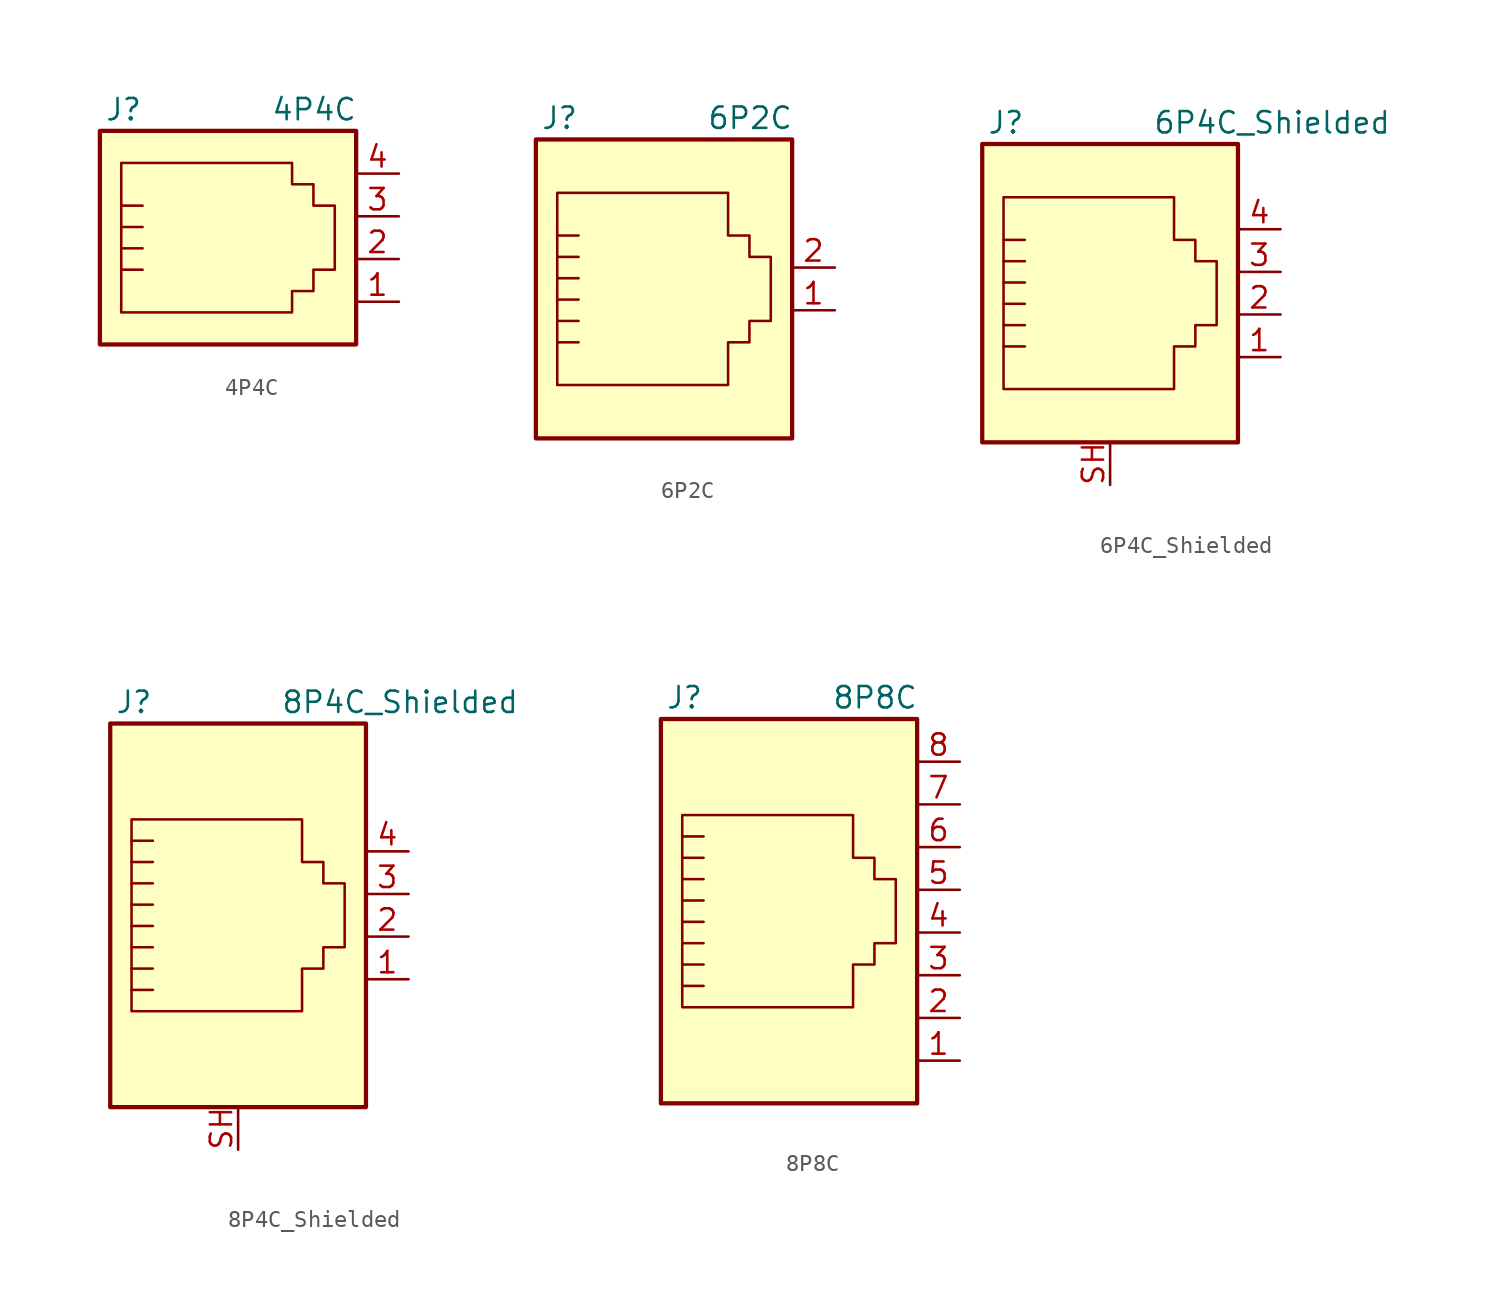
<source format=kicad_sym>
(kicad_symbol_lib
  (version 20211014)
  (generator kicad_symbol_editor)
  (symbol "4P4C"
    (pin_names
      (offset 1.016))
    (property "Reference" "J"
      (at -5.08 8.89 0)
      (effects (font (size 1.27 1.27)) (justify right)))
    (property "Value" "4P4C"
      (at 2.54 8.89 0)
      (effects (font (size 1.27 1.27)) (justify left)))
    (symbol "4P4C_0_1"
      (polyline (pts (xy -6.35 -0.635) (xy -5.08 -0.635) (xy -5.08 -0.635)) (stroke (width 0) (type default) (color 0 0 0 0)) (fill (type none)))
      (polyline (pts (xy -6.35 0.635) (xy -5.08 0.635) (xy -5.08 0.635)) (stroke (width 0) (type default) (color 0 0 0 0)) (fill (type none)))
      (polyline (pts (xy -6.35 1.905) (xy -5.08 1.905) (xy -5.08 1.905)) (stroke (width 0) (type default) (color 0 0 0 0)) (fill (type none)))
      (polyline (pts (xy -6.35 3.175) (xy -5.08 3.175) (xy -5.08 3.175)) (stroke (width 0) (type default) (color 0 0 0 0)) (fill (type none)))
      (polyline (pts (xy -6.35 -3.175) (xy -6.35 5.715) (xy -1.27 5.715) (xy 3.81 5.715) (xy 3.81 4.445) (xy 5.08 4.445) (xy 5.08 3.175) (xy 6.35 3.175) (xy 6.35 -0.635) (xy 5.08 -0.635) (xy 5.08 -1.905) (xy 3.81 -1.905) (xy 3.81 -3.175) (xy -6.35 -3.175) (xy -6.35 -3.175)) (stroke (width 0) (type default) (color 0 0 0 0)) (fill (type none)))
      (rectangle (start 7.62 7.62) (end -7.62 -5.08) (stroke (width 0.254) (type default) (color 0 0 0 0)) (fill (type background))))
    (symbol "4P4C_1_1"
      (pin passive line (at 10.16 -2.54 180) (length 2.54) (name "~" (effects (font (size 1.27 1.27)))) (number "1" (effects (font (size 1.27 1.27)))))
      (pin passive line (at 10.16 0 180) (length 2.54) (name "~" (effects (font (size 1.27 1.27)))) (number "2" (effects (font (size 1.27 1.27)))))
      (pin passive line (at 10.16 2.54 180) (length 2.54) (name "~" (effects (font (size 1.27 1.27)))) (number "3" (effects (font (size 1.27 1.27)))))
      (pin passive line (at 10.16 5.08 180) (length 2.54) (name "~" (effects (font (size 1.27 1.27)))) (number "4" (effects (font (size 1.27 1.27)))))))
  (symbol "6P2C"
    (pin_names
      (offset 1.016))
    (property "Reference" "J"
      (at -5.08 11.43 0)
      (effects (font (size 1.27 1.27)) (justify right)))
    (property "Value" "6P2C"
      (at 2.54 11.43 0)
      (effects (font (size 1.27 1.27)) (justify left)))
    (symbol "6P2C_0_1"
      (polyline (pts (xy -6.35 -1.905) (xy -5.08 -1.905) (xy -5.08 -1.905)) (stroke (width 0) (type default) (color 0 0 0 0)) (fill (type none)))
      (polyline (pts (xy -6.35 -0.635) (xy -5.08 -0.635) (xy -5.08 -0.635)) (stroke (width 0) (type default) (color 0 0 0 0)) (fill (type none)))
      (polyline (pts (xy -6.35 0.635) (xy -5.08 0.635) (xy -5.08 0.635)) (stroke (width 0) (type default) (color 0 0 0 0)) (fill (type none)))
      (polyline (pts (xy -6.35 1.905) (xy -5.08 1.905) (xy -5.08 1.905)) (stroke (width 0) (type default) (color 0 0 0 0)) (fill (type none)))
      (polyline (pts (xy -6.35 3.175) (xy -5.08 3.175) (xy -5.08 3.175)) (stroke (width 0) (type default) (color 0 0 0 0)) (fill (type none)))
      (polyline (pts (xy -5.08 4.445) (xy -6.35 4.445) (xy -6.35 4.445)) (stroke (width 0) (type default) (color 0 0 0 0)) (fill (type none)))
      (polyline (pts (xy -6.35 -4.445) (xy -6.35 6.985) (xy 3.81 6.985) (xy 3.81 4.445) (xy 5.08 4.445) (xy 5.08 3.175) (xy 6.35 3.175) (xy 6.35 -0.635) (xy 5.08 -0.635) (xy 5.08 -1.905) (xy 3.81 -1.905) (xy 3.81 -4.445) (xy -6.35 -4.445) (xy -6.35 -4.445)) (stroke (width 0) (type default) (color 0 0 0 0)) (fill (type none)))
      (rectangle (start 7.62 10.16) (end -7.62 -7.62) (stroke (width 0.254) (type default) (color 0 0 0 0)) (fill (type background))))
    (symbol "6P2C_1_1"
      (pin passive line (at 10.16 0 180) (length 2.54) (name "~" (effects (font (size 1.27 1.27)))) (number "1" (effects (font (size 1.27 1.27)))))
      (pin passive line (at 10.16 2.54 180) (length 2.54) (name "~" (effects (font (size 1.27 1.27)))) (number "2" (effects (font (size 1.27 1.27)))))))
  (symbol "6P4C_Shielded"
    (pin_names
      (offset 1.016))
    (property "Reference" "J"
      (at -5.08 11.43 0)
      (effects (font (size 1.27 1.27)) (justify right)))
    (property "Value" "6P4C_Shielded"
      (at 2.54 11.43 0)
      (effects (font (size 1.27 1.27)) (justify left)))
    (symbol "6P4C_Shielded_0_1"
      (polyline (pts (xy -6.35 -1.905) (xy -5.08 -1.905) (xy -5.08 -1.905)) (stroke (width 0) (type default) (color 0 0 0 0)) (fill (type none)))
      (polyline (pts (xy -6.35 -0.635) (xy -5.08 -0.635) (xy -5.08 -0.635)) (stroke (width 0) (type default) (color 0 0 0 0)) (fill (type none)))
      (polyline (pts (xy -6.35 0.635) (xy -5.08 0.635) (xy -5.08 0.635)) (stroke (width 0) (type default) (color 0 0 0 0)) (fill (type none)))
      (polyline (pts (xy -6.35 1.905) (xy -5.08 1.905) (xy -5.08 1.905)) (stroke (width 0) (type default) (color 0 0 0 0)) (fill (type none)))
      (polyline (pts (xy -6.35 3.175) (xy -5.08 3.175) (xy -5.08 3.175)) (stroke (width 0) (type default) (color 0 0 0 0)) (fill (type none)))
      (polyline (pts (xy -5.08 4.445) (xy -6.35 4.445) (xy -6.35 4.445)) (stroke (width 0) (type default) (color 0 0 0 0)) (fill (type none)))
      (polyline (pts (xy -6.35 -4.445) (xy -6.35 6.985) (xy 3.81 6.985) (xy 3.81 4.445) (xy 5.08 4.445) (xy 5.08 3.175) (xy 6.35 3.175) (xy 6.35 -0.635) (xy 5.08 -0.635) (xy 5.08 -1.905) (xy 3.81 -1.905) (xy 3.81 -4.445) (xy -6.35 -4.445) (xy -6.35 -4.445)) (stroke (width 0) (type default) (color 0 0 0 0)) (fill (type none)))
      (rectangle (start 7.62 10.16) (end -7.62 -7.62) (stroke (width 0.254) (type default) (color 0 0 0 0)) (fill (type background))))
    (symbol "6P4C_Shielded_1_1"
      (pin passive line (at 10.16 -2.54 180) (length 2.54) (name "~" (effects (font (size 1.27 1.27)))) (number "1" (effects (font (size 1.27 1.27)))))
      (pin passive line (at 10.16 0 180) (length 2.54) (name "~" (effects (font (size 1.27 1.27)))) (number "2" (effects (font (size 1.27 1.27)))))
      (pin passive line (at 10.16 2.54 180) (length 2.54) (name "~" (effects (font (size 1.27 1.27)))) (number "3" (effects (font (size 1.27 1.27)))))
      (pin passive line (at 10.16 5.08 180) (length 2.54) (name "~" (effects (font (size 1.27 1.27)))) (number "4" (effects (font (size 1.27 1.27)))))
      (pin passive line (at 0 -10.16 90) (length 2.54) (name "~" (effects (font (size 1.27 1.27)))) (number "SH" (effects (font (size 1.27 1.27)))))))
  (symbol "8P4C_Shielded"
    (pin_names
      (offset 1.016))
    (property "Reference" "J"
      (at -5.08 13.97 0)
      (effects (font (size 1.27 1.27)) (justify right)))
    (property "Value" "8P4C_Shielded"
      (at 2.54 13.97 0)
      (effects (font (size 1.27 1.27)) (justify left)))
    (symbol "8P4C_Shielded_0_1"
      (polyline (pts (xy -5.08 4.445) (xy -6.35 4.445)) (stroke (width 0) (type default) (color 0 0 0 0)) (fill (type none)))
      (polyline (pts (xy -5.08 5.715) (xy -6.35 5.715)) (stroke (width 0) (type default) (color 0 0 0 0)) (fill (type none)))
      (polyline (pts (xy -6.35 -3.175) (xy -5.08 -3.175) (xy -5.08 -3.175)) (stroke (width 0) (type default) (color 0 0 0 0)) (fill (type none)))
      (polyline (pts (xy -6.35 -1.905) (xy -5.08 -1.905) (xy -5.08 -1.905)) (stroke (width 0) (type default) (color 0 0 0 0)) (fill (type none)))
      (polyline (pts (xy -6.35 -0.635) (xy -5.08 -0.635) (xy -5.08 -0.635)) (stroke (width 0) (type default) (color 0 0 0 0)) (fill (type none)))
      (polyline (pts (xy -6.35 0.635) (xy -5.08 0.635) (xy -5.08 0.635)) (stroke (width 0) (type default) (color 0 0 0 0)) (fill (type none)))
      (polyline (pts (xy -6.35 1.905) (xy -5.08 1.905) (xy -5.08 1.905)) (stroke (width 0) (type default) (color 0 0 0 0)) (fill (type none)))
      (polyline (pts (xy -5.08 3.175) (xy -6.35 3.175) (xy -6.35 3.175)) (stroke (width 0) (type default) (color 0 0 0 0)) (fill (type none)))
      (polyline (pts (xy -6.35 -4.445) (xy -6.35 6.985) (xy 3.81 6.985) (xy 3.81 4.445) (xy 5.08 4.445) (xy 5.08 3.175) (xy 6.35 3.175) (xy 6.35 -0.635) (xy 5.08 -0.635) (xy 5.08 -1.905) (xy 3.81 -1.905) (xy 3.81 -4.445) (xy -6.35 -4.445) (xy -6.35 -4.445)) (stroke (width 0) (type default) (color 0 0 0 0)) (fill (type none)))
      (rectangle (start 7.62 12.7) (end -7.62 -10.16) (stroke (width 0.254) (type default) (color 0 0 0 0)) (fill (type background))))
    (symbol "8P4C_Shielded_1_1"
      (pin passive line (at 10.16 -2.54 180) (length 2.54) (name "~" (effects (font (size 1.27 1.27)))) (number "1" (effects (font (size 1.27 1.27)))))
      (pin passive line (at 10.16 0 180) (length 2.54) (name "~" (effects (font (size 1.27 1.27)))) (number "2" (effects (font (size 1.27 1.27)))))
      (pin passive line (at 10.16 2.54 180) (length 2.54) (name "~" (effects (font (size 1.27 1.27)))) (number "3" (effects (font (size 1.27 1.27)))))
      (pin passive line (at 10.16 5.08 180) (length 2.54) (name "~" (effects (font (size 1.27 1.27)))) (number "4" (effects (font (size 1.27 1.27)))))
      (pin passive line (at 0 -12.7 90) (length 2.54) (name "~" (effects (font (size 1.27 1.27)))) (number "SH" (effects (font (size 1.27 1.27)))))))
  (symbol "8P8C"
    (pin_names
      (offset 1.016))
    (property "Reference" "J"
      (at -5.08 13.97 0)
      (effects (font (size 1.27 1.27)) (justify right)))
    (property "Value" "8P8C"
      (at 2.54 13.97 0)
      (effects (font (size 1.27 1.27)) (justify left)))
    (symbol "8P8C_0_1"
      (polyline (pts (xy -5.08 4.445) (xy -6.35 4.445)) (stroke (width 0) (type default) (color 0 0 0 0)) (fill (type none)))
      (polyline (pts (xy -5.08 5.715) (xy -6.35 5.715)) (stroke (width 0) (type default) (color 0 0 0 0)) (fill (type none)))
      (polyline (pts (xy -6.35 -3.175) (xy -5.08 -3.175) (xy -5.08 -3.175)) (stroke (width 0) (type default) (color 0 0 0 0)) (fill (type none)))
      (polyline (pts (xy -6.35 -1.905) (xy -5.08 -1.905) (xy -5.08 -1.905)) (stroke (width 0) (type default) (color 0 0 0 0)) (fill (type none)))
      (polyline (pts (xy -6.35 -0.635) (xy -5.08 -0.635) (xy -5.08 -0.635)) (stroke (width 0) (type default) (color 0 0 0 0)) (fill (type none)))
      (polyline (pts (xy -6.35 0.635) (xy -5.08 0.635) (xy -5.08 0.635)) (stroke (width 0) (type default) (color 0 0 0 0)) (fill (type none)))
      (polyline (pts (xy -6.35 1.905) (xy -5.08 1.905) (xy -5.08 1.905)) (stroke (width 0) (type default) (color 0 0 0 0)) (fill (type none)))
      (polyline (pts (xy -5.08 3.175) (xy -6.35 3.175) (xy -6.35 3.175)) (stroke (width 0) (type default) (color 0 0 0 0)) (fill (type none)))
      (polyline (pts (xy -6.35 -4.445) (xy -6.35 6.985) (xy 3.81 6.985) (xy 3.81 4.445) (xy 5.08 4.445) (xy 5.08 3.175) (xy 6.35 3.175) (xy 6.35 -0.635) (xy 5.08 -0.635) (xy 5.08 -1.905) (xy 3.81 -1.905) (xy 3.81 -4.445) (xy -6.35 -4.445) (xy -6.35 -4.445)) (stroke (width 0) (type default) (color 0 0 0 0)) (fill (type none)))
      (rectangle (start 7.62 12.7) (end -7.62 -10.16) (stroke (width 0.254) (type default) (color 0 0 0 0)) (fill (type background))))
    (symbol "8P8C_1_1"
      (pin passive line (at 10.16 -7.62 180) (length 2.54) (name "~" (effects (font (size 1.27 1.27)))) (number "1" (effects (font (size 1.27 1.27)))))
      (pin passive line (at 10.16 -5.08 180) (length 2.54) (name "~" (effects (font (size 1.27 1.27)))) (number "2" (effects (font (size 1.27 1.27)))))
      (pin passive line (at 10.16 -2.54 180) (length 2.54) (name "~" (effects (font (size 1.27 1.27)))) (number "3" (effects (font (size 1.27 1.27)))))
      (pin passive line (at 10.16 0 180) (length 2.54) (name "~" (effects (font (size 1.27 1.27)))) (number "4" (effects (font (size 1.27 1.27)))))
      (pin passive line (at 10.16 2.54 180) (length 2.54) (name "~" (effects (font (size 1.27 1.27)))) (number "5" (effects (font (size 1.27 1.27)))))
      (pin passive line (at 10.16 5.08 180) (length 2.54) (name "~" (effects (font (size 1.27 1.27)))) (number "6" (effects (font (size 1.27 1.27)))))
      (pin passive line (at 10.16 7.62 180) (length 2.54) (name "~" (effects (font (size 1.27 1.27)))) (number "7" (effects (font (size 1.27 1.27)))))
      (pin passive line (at 10.16 10.16 180) (length 2.54) (name "~" (effects (font (size 1.27 1.27)))) (number "8" (effects (font (size 1.27 1.27))))))))
</source>
